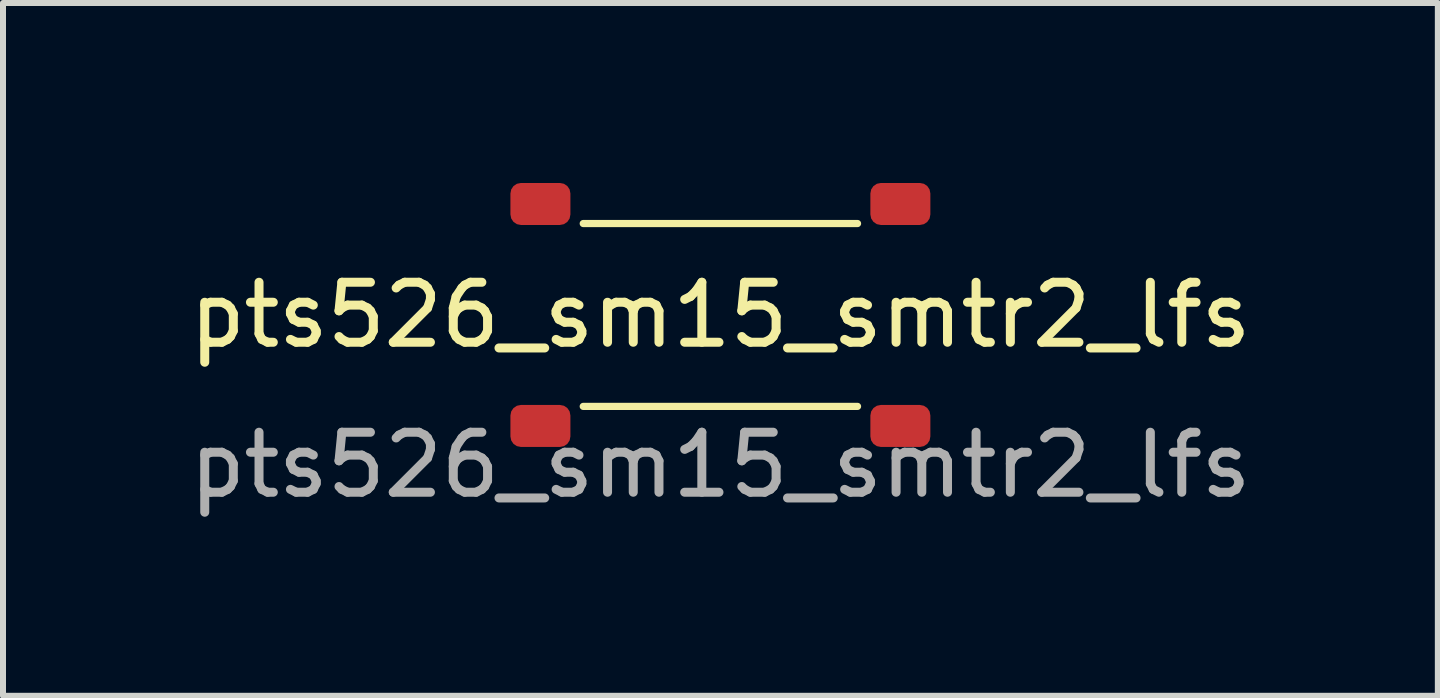
<source format=kicad_pcb>
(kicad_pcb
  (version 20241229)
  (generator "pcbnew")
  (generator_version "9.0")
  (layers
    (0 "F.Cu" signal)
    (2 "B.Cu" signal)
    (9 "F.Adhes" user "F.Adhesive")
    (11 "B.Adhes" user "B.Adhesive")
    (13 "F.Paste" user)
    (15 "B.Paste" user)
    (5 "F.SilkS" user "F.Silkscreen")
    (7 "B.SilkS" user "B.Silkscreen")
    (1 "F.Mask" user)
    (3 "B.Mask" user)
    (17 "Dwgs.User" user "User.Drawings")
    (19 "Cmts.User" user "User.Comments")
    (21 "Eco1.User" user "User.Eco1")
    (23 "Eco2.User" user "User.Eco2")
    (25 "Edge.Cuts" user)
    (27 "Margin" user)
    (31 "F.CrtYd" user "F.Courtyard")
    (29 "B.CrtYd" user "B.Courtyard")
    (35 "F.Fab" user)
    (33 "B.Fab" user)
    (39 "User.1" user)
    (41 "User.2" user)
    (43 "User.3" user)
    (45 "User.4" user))
  (footprint "pts526_sm15_smtr2_lfs"
    (layer "F.Cu")
    (at 8.958 2.2)
    (property "Reference" "pts526_sm15_smtr2_lfs" (at 0 0 0) (unlocked yes) (layer "F.SilkS") (effects (font (size 1 1) (thickness 0.15))))
    (attr smd)
    (fp_line (start -2.286 -1.524) (end 2.286 -1.524) (stroke (width 0.12) (type solid)) (layer "F.SilkS"))
    (fp_line (start -2.286 1.524) (end 2.286 1.524) (stroke (width 0.12) (type solid)) (layer "F.SilkS"))
    (fp_text user "${REFERENCE}" (at 0 2.5 0) (unlocked yes) (layer "F.Fab") (effects (font (size 1 1) (thickness 0.15))))
    (pad "1" smd roundrect (at -3 -1.85) (size 1 0.7) (layers "F.Cu" "F.Mask" "F.Paste") (roundrect_rratio 0.25))
    (pad "1" smd roundrect (at 3 -1.85) (size 1 0.7) (layers "F.Cu" "F.Mask" "F.Paste") (roundrect_rratio 0.25))
    (pad "2" smd roundrect (at -3 1.85) (size 1 0.7) (layers "F.Cu" "F.Mask" "F.Paste") (roundrect_rratio 0.25))
    (pad "2" smd roundrect (at 3 1.85) (size 1 0.7) (layers "F.Cu" "F.Mask" "F.Paste") (roundrect_rratio 0.25)))
  (gr_rect
    (start -3 -3)
    (end 20.917 8.548)
    (stroke (width 0.1) (type default))
    (fill no)
    (layer "Edge.Cuts")))
</source>
